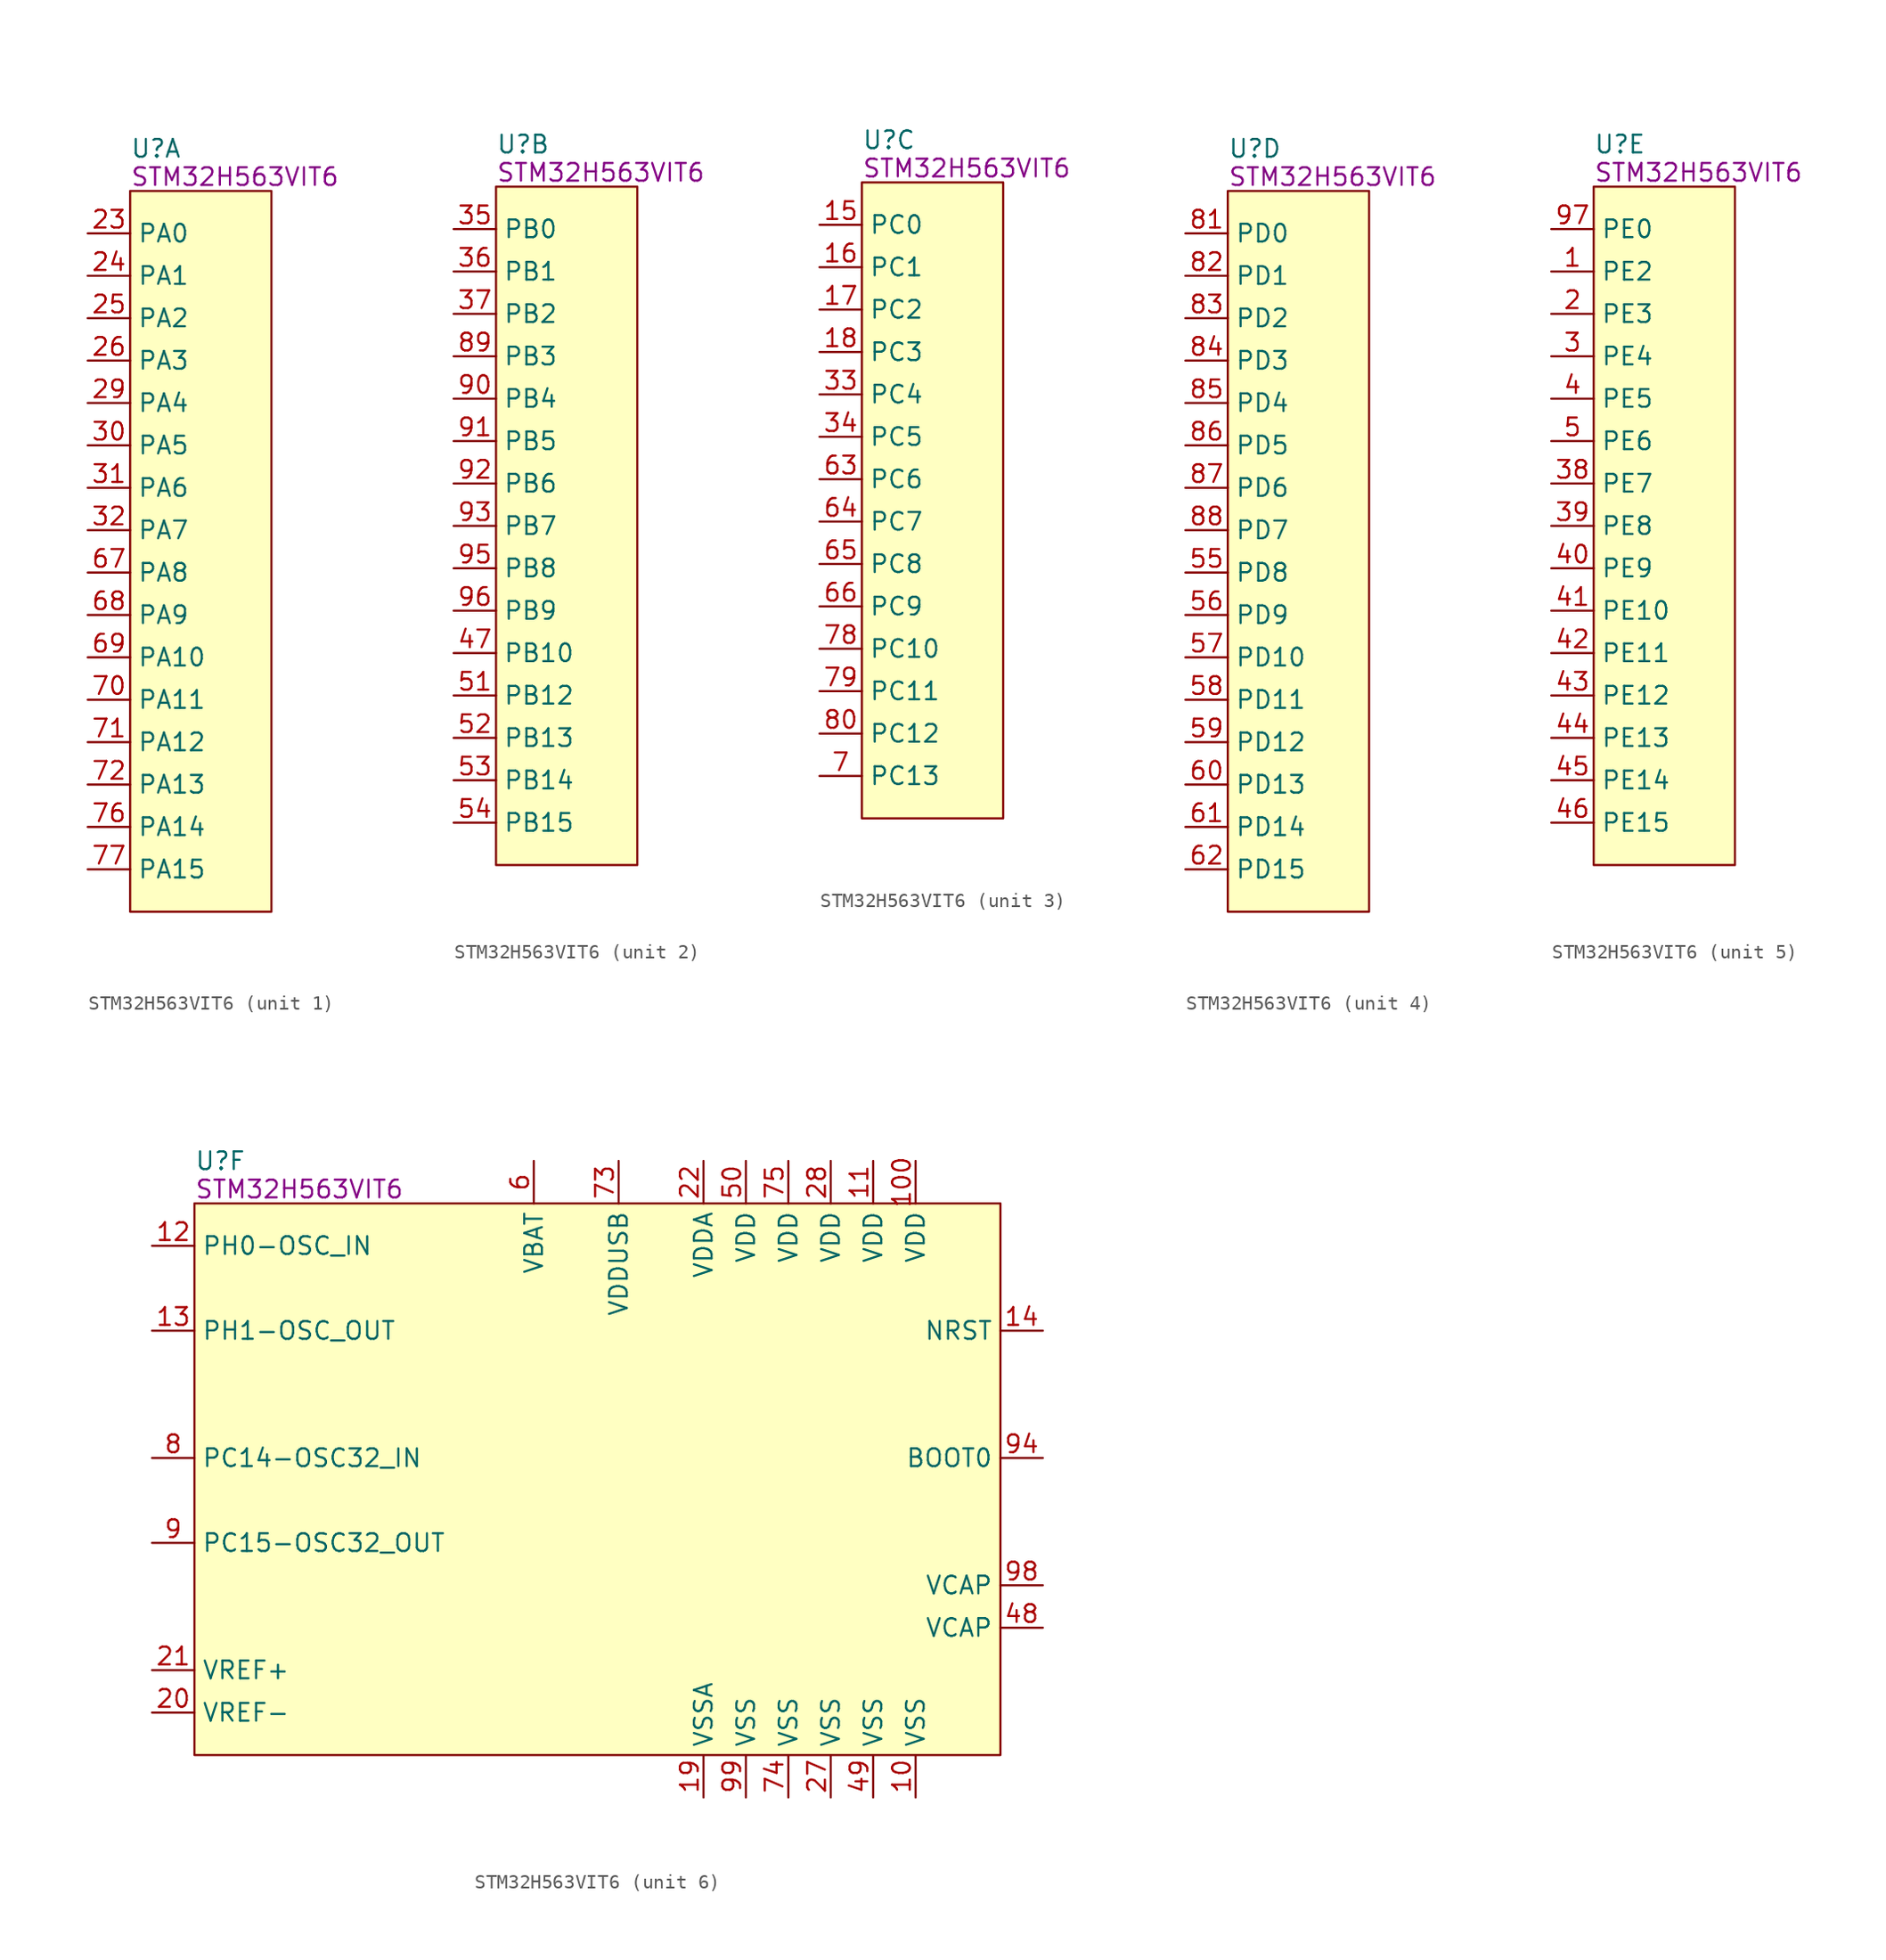
<source format=kicad_sym>
(kicad_symbol_lib
  (version 20241209)
  (generator "kicad_symbol_editor")
  (generator_version "9.0")
  (symbol "STM32H563VIT6"
    (property "Reference" "U"
      (at 3 6 0)
      (do_not_autoplace)
      (effects (font (size 1.25 1.25)) (justify left)))
    (property "Part#" "STM32H563VIT6"
      (at 3 4 0)
      (do_not_autoplace)
      (effects (font (size 1.25 1.25)) (justify left)))
    (symbol "STM32H563VIT6_1_1"
      (rectangle (start 3 3) (end 13 -48) (stroke (width 0) (type default)) (fill (type background)))
      (pin passive line (at 0 0 0) (length 3) (name "PA0" (effects (font (size 1.25 1.25)))) (number "23" (effects (font (size 1.25 1.25)))))
      (pin passive line (at 0 -3 0) (length 3) (name "PA1" (effects (font (size 1.25 1.25)))) (number "24" (effects (font (size 1.25 1.25)))))
      (pin passive line (at 0 -6 0) (length 3) (name "PA2" (effects (font (size 1.25 1.25)))) (number "25" (effects (font (size 1.25 1.25)))))
      (pin passive line (at 0 -9 0) (length 3) (name "PA3" (effects (font (size 1.25 1.25)))) (number "26" (effects (font (size 1.25 1.25)))))
      (pin passive line (at 0 -12 0) (length 3) (name "PA4" (effects (font (size 1.25 1.25)))) (number "29" (effects (font (size 1.25 1.25)))))
      (pin passive line (at 0 -15 0) (length 3) (name "PA5" (effects (font (size 1.25 1.25)))) (number "30" (effects (font (size 1.25 1.25)))))
      (pin passive line (at 0 -18 0) (length 3) (name "PA6" (effects (font (size 1.25 1.25)))) (number "31" (effects (font (size 1.25 1.25)))))
      (pin passive line (at 0 -21 0) (length 3) (name "PA7" (effects (font (size 1.25 1.25)))) (number "32" (effects (font (size 1.25 1.25)))))
      (pin passive line (at 0 -24 0) (length 3) (name "PA8" (effects (font (size 1.25 1.25)))) (number "67" (effects (font (size 1.25 1.25)))))
      (pin passive line (at 0 -27 0) (length 3) (name "PA9" (effects (font (size 1.25 1.25)))) (number "68" (effects (font (size 1.25 1.25)))))
      (pin passive line (at 0 -30 0) (length 3) (name "PA10" (effects (font (size 1.25 1.25)))) (number "69" (effects (font (size 1.25 1.25)))))
      (pin passive line (at 0 -33 0) (length 3) (name "PA11" (effects (font (size 1.25 1.25)))) (number "70" (effects (font (size 1.25 1.25)))))
      (pin passive line (at 0 -36 0) (length 3) (name "PA12" (effects (font (size 1.25 1.25)))) (number "71" (effects (font (size 1.25 1.25)))))
      (pin passive line (at 0 -39 0) (length 3) (name "PA13" (effects (font (size 1.25 1.25)))) (number "72" (effects (font (size 1.25 1.25)))))
      (pin passive line (at 0 -42 0) (length 3) (name "PA14" (effects (font (size 1.25 1.25)))) (number "76" (effects (font (size 1.25 1.25)))))
      (pin passive line (at 0 -45 0) (length 3) (name "PA15" (effects (font (size 1.25 1.25)))) (number "77" (effects (font (size 1.25 1.25))))))
    (symbol "STM32H563VIT6_2_1"
      (rectangle (start 3 3) (end 13 -45) (stroke (width 0) (type default)) (fill (type background)))
      (pin passive line (at 0 0 0) (length 3) (name "PB0" (effects (font (size 1.25 1.25)))) (number "35" (effects (font (size 1.25 1.25)))))
      (pin passive line (at 0 -3 0) (length 3) (name "PB1" (effects (font (size 1.25 1.25)))) (number "36" (effects (font (size 1.25 1.25)))))
      (pin passive line (at 0 -6 0) (length 3) (name "PB2" (effects (font (size 1.25 1.25)))) (number "37" (effects (font (size 1.25 1.25)))))
      (pin passive line (at 0 -9 0) (length 3) (name "PB3" (effects (font (size 1.25 1.25)))) (number "89" (effects (font (size 1.25 1.25)))))
      (pin passive line (at 0 -12 0) (length 3) (name "PB4" (effects (font (size 1.25 1.25)))) (number "90" (effects (font (size 1.25 1.25)))))
      (pin passive line (at 0 -15 0) (length 3) (name "PB5" (effects (font (size 1.25 1.25)))) (number "91" (effects (font (size 1.25 1.25)))))
      (pin passive line (at 0 -18 0) (length 3) (name "PB6" (effects (font (size 1.25 1.25)))) (number "92" (effects (font (size 1.25 1.25)))))
      (pin passive line (at 0 -21 0) (length 3) (name "PB7" (effects (font (size 1.25 1.25)))) (number "93" (effects (font (size 1.25 1.25)))))
      (pin passive line (at 0 -24 0) (length 3) (name "PB8" (effects (font (size 1.25 1.25)))) (number "95" (effects (font (size 1.25 1.25)))))
      (pin passive line (at 0 -27 0) (length 3) (name "PB9" (effects (font (size 1.25 1.25)))) (number "96" (effects (font (size 1.25 1.25)))))
      (pin passive line (at 0 -30 0) (length 3) (name "PB10" (effects (font (size 1.25 1.25)))) (number "47" (effects (font (size 1.25 1.25)))))
      (pin passive line (at 0 -33 0) (length 3) (name "PB12" (effects (font (size 1.25 1.25)))) (number "51" (effects (font (size 1.25 1.25)))))
      (pin passive line (at 0 -36 0) (length 3) (name "PB13" (effects (font (size 1.25 1.25)))) (number "52" (effects (font (size 1.25 1.25)))))
      (pin passive line (at 0 -39 0) (length 3) (name "PB14" (effects (font (size 1.25 1.25)))) (number "53" (effects (font (size 1.25 1.25)))))
      (pin passive line (at 0 -42 0) (length 3) (name "PB15" (effects (font (size 1.25 1.25)))) (number "54" (effects (font (size 1.25 1.25))))))
    (symbol "STM32H563VIT6_3_1"
      (rectangle (start 3 3) (end 13 -42) (stroke (width 0) (type default)) (fill (type background)))
      (pin passive line (at 0 0 0) (length 3) (name "PC0" (effects (font (size 1.25 1.25)))) (number "15" (effects (font (size 1.25 1.25)))))
      (pin passive line (at 0 -3 0) (length 3) (name "PC1" (effects (font (size 1.25 1.25)))) (number "16" (effects (font (size 1.25 1.25)))))
      (pin passive line (at 0 -6 0) (length 3) (name "PC2" (effects (font (size 1.25 1.25)))) (number "17" (effects (font (size 1.25 1.25)))))
      (pin passive line (at 0 -9 0) (length 3) (name "PC3" (effects (font (size 1.25 1.25)))) (number "18" (effects (font (size 1.25 1.25)))))
      (pin passive line (at 0 -12 0) (length 3) (name "PC4" (effects (font (size 1.25 1.25)))) (number "33" (effects (font (size 1.25 1.25)))))
      (pin passive line (at 0 -15 0) (length 3) (name "PC5" (effects (font (size 1.25 1.25)))) (number "34" (effects (font (size 1.25 1.25)))))
      (pin passive line (at 0 -18 0) (length 3) (name "PC6" (effects (font (size 1.25 1.25)))) (number "63" (effects (font (size 1.25 1.25)))))
      (pin passive line (at 0 -21 0) (length 3) (name "PC7" (effects (font (size 1.25 1.25)))) (number "64" (effects (font (size 1.25 1.25)))))
      (pin passive line (at 0 -24 0) (length 3) (name "PC8" (effects (font (size 1.25 1.25)))) (number "65" (effects (font (size 1.25 1.25)))))
      (pin passive line (at 0 -27 0) (length 3) (name "PC9" (effects (font (size 1.25 1.25)))) (number "66" (effects (font (size 1.25 1.25)))))
      (pin passive line (at 0 -30 0) (length 3) (name "PC10" (effects (font (size 1.25 1.25)))) (number "78" (effects (font (size 1.25 1.25)))))
      (pin passive line (at 0 -33 0) (length 3) (name "PC11" (effects (font (size 1.25 1.25)))) (number "79" (effects (font (size 1.25 1.25)))))
      (pin passive line (at 0 -36 0) (length 3) (name "PC12" (effects (font (size 1.25 1.25)))) (number "80" (effects (font (size 1.25 1.25)))))
      (pin passive line (at 0 -39 0) (length 3) (name "PC13" (effects (font (size 1.25 1.25)))) (number "7" (effects (font (size 1.25 1.25))))))
    (symbol "STM32H563VIT6_4_1"
      (rectangle (start 3 3) (end 13 -48) (stroke (width 0) (type default)) (fill (type background)))
      (pin passive line (at 0 0 0) (length 3) (name "PD0" (effects (font (size 1.25 1.25)))) (number "81" (effects (font (size 1.25 1.25)))))
      (pin passive line (at 0 -3 0) (length 3) (name "PD1" (effects (font (size 1.25 1.25)))) (number "82" (effects (font (size 1.25 1.25)))))
      (pin passive line (at 0 -6 0) (length 3) (name "PD2" (effects (font (size 1.25 1.25)))) (number "83" (effects (font (size 1.25 1.25)))))
      (pin passive line (at 0 -9 0) (length 3) (name "PD3" (effects (font (size 1.25 1.25)))) (number "84" (effects (font (size 1.25 1.25)))))
      (pin passive line (at 0 -12 0) (length 3) (name "PD4" (effects (font (size 1.25 1.25)))) (number "85" (effects (font (size 1.25 1.25)))))
      (pin passive line (at 0 -15 0) (length 3) (name "PD5" (effects (font (size 1.25 1.25)))) (number "86" (effects (font (size 1.25 1.25)))))
      (pin passive line (at 0 -18 0) (length 3) (name "PD6" (effects (font (size 1.25 1.25)))) (number "87" (effects (font (size 1.25 1.25)))))
      (pin passive line (at 0 -21 0) (length 3) (name "PD7" (effects (font (size 1.25 1.25)))) (number "88" (effects (font (size 1.25 1.25)))))
      (pin passive line (at 0 -24 0) (length 3) (name "PD8" (effects (font (size 1.25 1.25)))) (number "55" (effects (font (size 1.25 1.25)))))
      (pin passive line (at 0 -27 0) (length 3) (name "PD9" (effects (font (size 1.25 1.25)))) (number "56" (effects (font (size 1.25 1.25)))))
      (pin passive line (at 0 -30 0) (length 3) (name "PD10" (effects (font (size 1.25 1.25)))) (number "57" (effects (font (size 1.25 1.25)))))
      (pin passive line (at 0 -33 0) (length 3) (name "PD11" (effects (font (size 1.25 1.25)))) (number "58" (effects (font (size 1.25 1.25)))))
      (pin passive line (at 0 -36 0) (length 3) (name "PD12" (effects (font (size 1.25 1.25)))) (number "59" (effects (font (size 1.25 1.25)))))
      (pin passive line (at 0 -39 0) (length 3) (name "PD13" (effects (font (size 1.25 1.25)))) (number "60" (effects (font (size 1.25 1.25)))))
      (pin passive line (at 0 -42 0) (length 3) (name "PD14" (effects (font (size 1.25 1.25)))) (number "61" (effects (font (size 1.25 1.25)))))
      (pin passive line (at 0 -45 0) (length 3) (name "PD15" (effects (font (size 1.25 1.25)))) (number "62" (effects (font (size 1.25 1.25))))))
    (symbol "STM32H563VIT6_5_1"
      (rectangle (start 3 3) (end 13 -45) (stroke (width 0) (type default)) (fill (type background)))
      (pin passive line (at 0 0 0) (length 3) (name "PE0" (effects (font (size 1.25 1.25)))) (number "97" (effects (font (size 1.25 1.25)))))
      (pin passive line (at 0 -3 0) (length 3) (name "PE2" (effects (font (size 1.25 1.25)))) (number "1" (effects (font (size 1.25 1.25)))))
      (pin passive line (at 0 -6 0) (length 3) (name "PE3" (effects (font (size 1.25 1.25)))) (number "2" (effects (font (size 1.25 1.25)))))
      (pin passive line (at 0 -9 0) (length 3) (name "PE4" (effects (font (size 1.25 1.25)))) (number "3" (effects (font (size 1.25 1.25)))))
      (pin passive line (at 0 -12 0) (length 3) (name "PE5" (effects (font (size 1.25 1.25)))) (number "4" (effects (font (size 1.25 1.25)))))
      (pin passive line (at 0 -15 0) (length 3) (name "PE6" (effects (font (size 1.25 1.25)))) (number "5" (effects (font (size 1.25 1.25)))))
      (pin passive line (at 0 -18 0) (length 3) (name "PE7" (effects (font (size 1.25 1.25)))) (number "38" (effects (font (size 1.25 1.25)))))
      (pin passive line (at 0 -21 0) (length 3) (name "PE8" (effects (font (size 1.25 1.25)))) (number "39" (effects (font (size 1.25 1.25)))))
      (pin passive line (at 0 -24 0) (length 3) (name "PE9" (effects (font (size 1.25 1.25)))) (number "40" (effects (font (size 1.25 1.25)))))
      (pin passive line (at 0 -27 0) (length 3) (name "PE10" (effects (font (size 1.25 1.25)))) (number "41" (effects (font (size 1.25 1.25)))))
      (pin passive line (at 0 -30 0) (length 3) (name "PE11" (effects (font (size 1.25 1.25)))) (number "42" (effects (font (size 1.25 1.25)))))
      (pin passive line (at 0 -33 0) (length 3) (name "PE12" (effects (font (size 1.25 1.25)))) (number "43" (effects (font (size 1.25 1.25)))))
      (pin passive line (at 0 -36 0) (length 3) (name "PE13" (effects (font (size 1.25 1.25)))) (number "44" (effects (font (size 1.25 1.25)))))
      (pin passive line (at 0 -39 0) (length 3) (name "PE14" (effects (font (size 1.25 1.25)))) (number "45" (effects (font (size 1.25 1.25)))))
      (pin passive line (at 0 -42 0) (length 3) (name "PE15" (effects (font (size 1.25 1.25)))) (number "46" (effects (font (size 1.25 1.25))))))
    (symbol "STM32H563VIT6_6_1"
      (rectangle (start 3 3) (end 60 -36) (stroke (width 0) (type default)) (fill (type background)))
      (pin passive line (at 0 0 0) (length 3) (name "PH0-OSC_IN" (effects (font (size 1.25 1.25)))) (number "12" (effects (font (size 1.25 1.25)))))
      (pin passive line (at 0 -6 0) (length 3) (name "PH1-OSC_OUT" (effects (font (size 1.25 1.25)))) (number "13" (effects (font (size 1.25 1.25)))))
      (pin passive line (at 0 -15 0) (length 3) (name "PC14-OSC32_IN" (effects (font (size 1.25 1.25)))) (number "8" (effects (font (size 1.25 1.25)))))
      (pin passive line (at 0 -21 0) (length 3) (name "PC15-OSC32_OUT" (effects (font (size 1.25 1.25)))) (number "9" (effects (font (size 1.25 1.25)))))
      (pin passive line (at 0 -30 0) (length 3) (name "VREF+" (effects (font (size 1.25 1.25)))) (number "21" (effects (font (size 1.25 1.25)))))
      (pin passive line (at 0 -33 0) (length 3) (name "VREF-" (effects (font (size 1.25 1.25)))) (number "20" (effects (font (size 1.25 1.25)))))
      (pin passive line (at 27 6 270) (length 3) (name "VBAT" (effects (font (size 1.25 1.25)))) (number "6" (effects (font (size 1.25 1.25)))))
      (pin passive line (at 33 6 270) (length 3) (name "VDDUSB" (effects (font (size 1.25 1.25)))) (number "73" (effects (font (size 1.25 1.25)))))
      (pin passive line (at 39 6 270) (length 3) (name "VDDA" (effects (font (size 1.25 1.25)))) (number "22" (effects (font (size 1.25 1.25)))))
      (pin passive line (at 39 -39 90) (length 3) (name "VSSA" (effects (font (size 1.25 1.25)))) (number "19" (effects (font (size 1.25 1.25)))))
      (pin passive line (at 42 6 270) (length 3) (name "VDD" (effects (font (size 1.25 1.25)))) (number "50" (effects (font (size 1.25 1.25)))))
      (pin passive line (at 42 -39 90) (length 3) (name "VSS" (effects (font (size 1.25 1.25)))) (number "99" (effects (font (size 1.25 1.25)))))
      (pin passive line (at 45 6 270) (length 3) (name "VDD" (effects (font (size 1.25 1.25)))) (number "75" (effects (font (size 1.25 1.25)))))
      (pin passive line (at 45 -39 90) (length 3) (name "VSS" (effects (font (size 1.25 1.25)))) (number "74" (effects (font (size 1.25 1.25)))))
      (pin passive line (at 48 6 270) (length 3) (name "VDD" (effects (font (size 1.25 1.25)))) (number "28" (effects (font (size 1.25 1.25)))))
      (pin passive line (at 48 -39 90) (length 3) (name "VSS" (effects (font (size 1.25 1.25)))) (number "27" (effects (font (size 1.25 1.25)))))
      (pin passive line (at 51 6 270) (length 3) (name "VDD" (effects (font (size 1.25 1.25)))) (number "11" (effects (font (size 1.25 1.25)))))
      (pin passive line (at 51 -39 90) (length 3) (name "VSS" (effects (font (size 1.25 1.25)))) (number "49" (effects (font (size 1.25 1.25)))))
      (pin passive line (at 54 6 270) (length 3) (name "VDD" (effects (font (size 1.25 1.25)))) (number "100" (effects (font (size 1.25 1.25)))))
      (pin passive line (at 54 -39 90) (length 3) (name "VSS" (effects (font (size 1.25 1.25)))) (number "10" (effects (font (size 1.25 1.25)))))
      (pin passive line (at 63 -6 180) (length 3) (name "NRST" (effects (font (size 1.25 1.25)))) (number "14" (effects (font (size 1.25 1.25)))))
      (pin passive line (at 63 -15 180) (length 3) (name "BOOT0" (effects (font (size 1.25 1.25)))) (number "94" (effects (font (size 1.25 1.25)))))
      (pin passive line (at 63 -24 180) (length 3) (name "VCAP" (effects (font (size 1.25 1.25)))) (number "98" (effects (font (size 1.25 1.25)))))
      (pin passive line (at 63 -27 180) (length 3) (name "VCAP" (effects (font (size 1.25 1.25)))) (number "48" (effects (font (size 1.25 1.25))))))))
</source>
